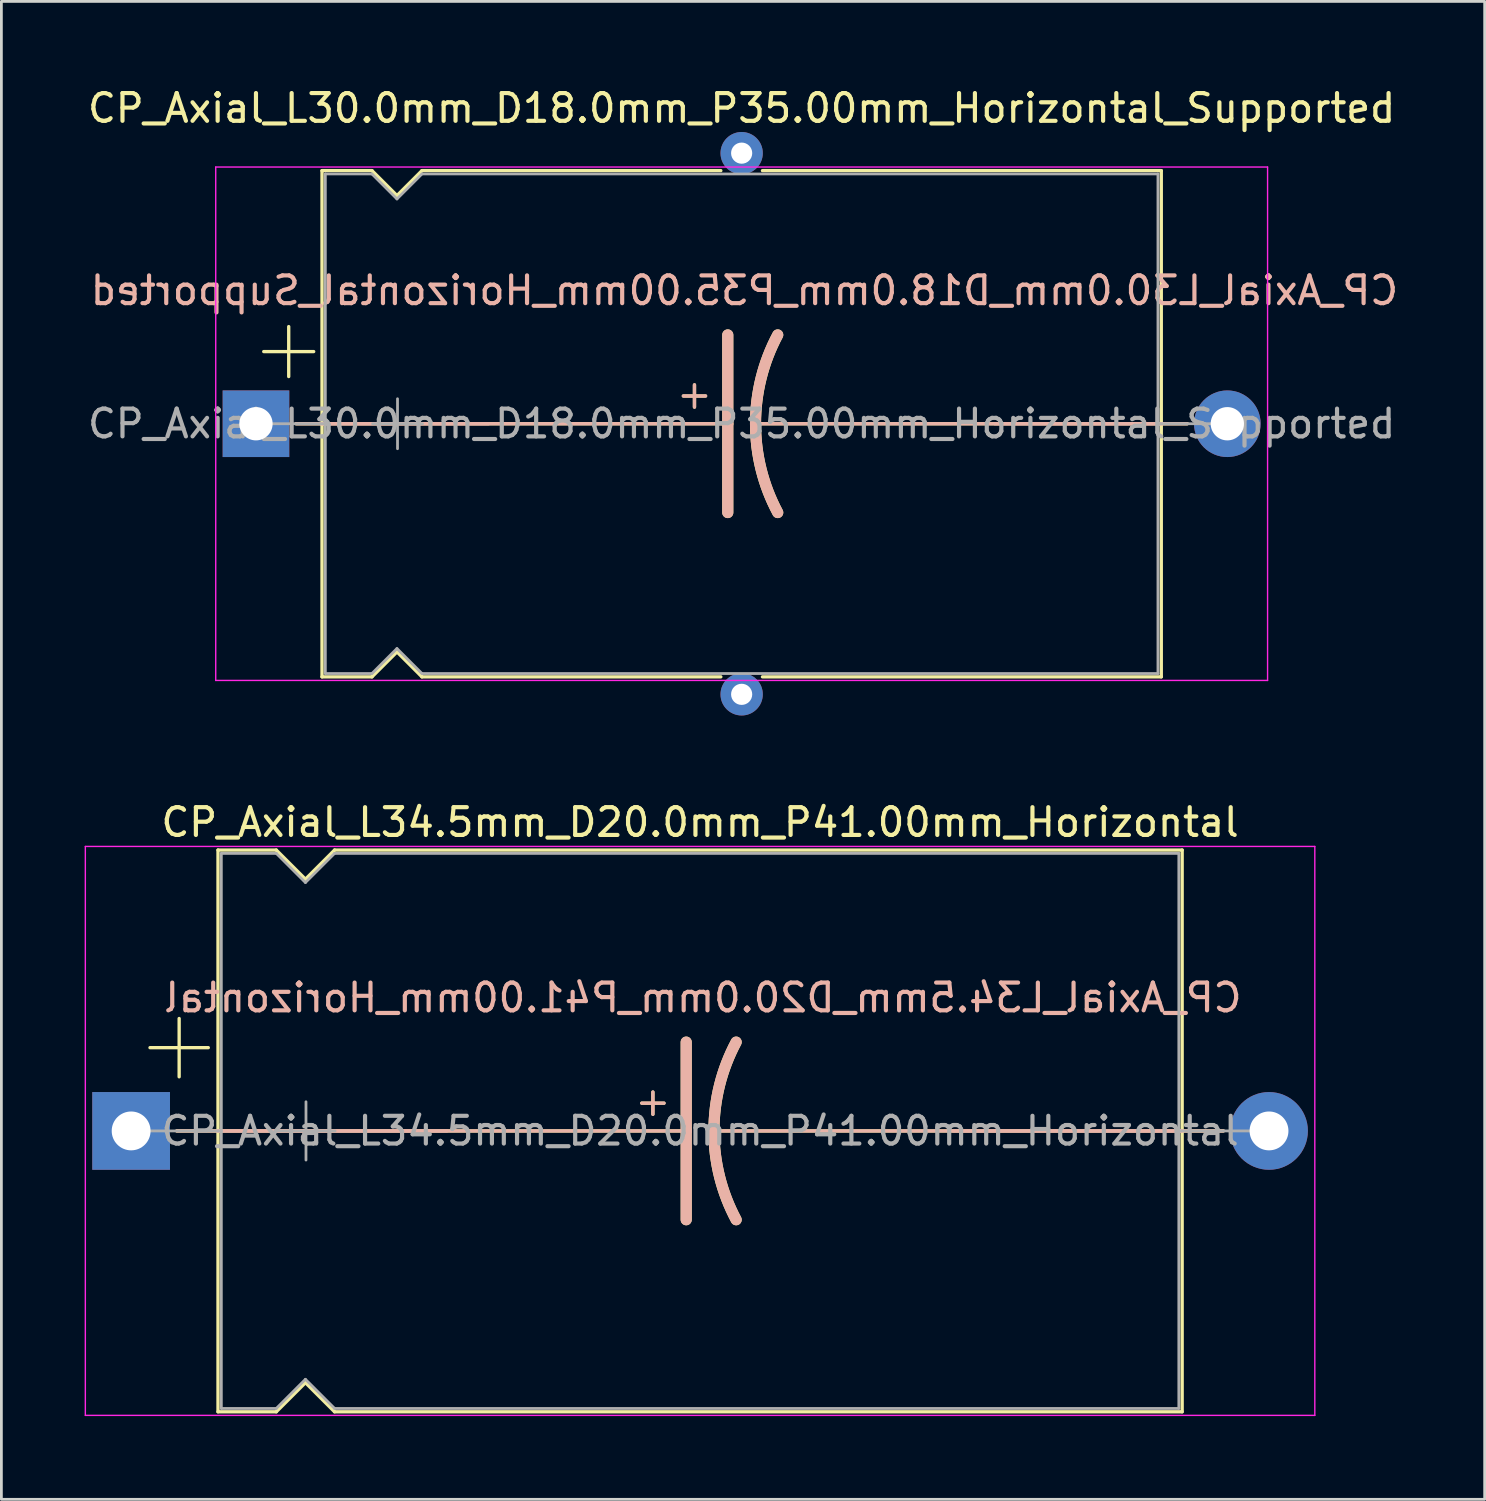
<source format=kicad_pcb>
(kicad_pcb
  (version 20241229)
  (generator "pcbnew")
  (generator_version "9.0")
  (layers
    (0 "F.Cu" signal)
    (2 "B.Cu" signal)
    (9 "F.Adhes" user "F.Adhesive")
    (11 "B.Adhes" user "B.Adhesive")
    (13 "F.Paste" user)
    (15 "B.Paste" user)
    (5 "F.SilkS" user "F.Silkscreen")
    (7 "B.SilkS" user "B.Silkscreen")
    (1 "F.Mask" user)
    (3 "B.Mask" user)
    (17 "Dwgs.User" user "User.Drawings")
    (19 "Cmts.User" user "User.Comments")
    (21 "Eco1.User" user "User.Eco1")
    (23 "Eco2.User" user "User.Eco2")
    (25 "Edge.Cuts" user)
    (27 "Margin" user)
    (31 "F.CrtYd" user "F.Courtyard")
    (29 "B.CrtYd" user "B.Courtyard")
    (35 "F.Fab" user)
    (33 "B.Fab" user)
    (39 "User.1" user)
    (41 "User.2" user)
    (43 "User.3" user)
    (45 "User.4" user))
  (footprint "CP_Axial_L34.5mm_D20.0mm_P41.00mm_Horizontal"
    (layer "F.Cu")
    (at 1.675 37.699)
    (property "Reference" "CP_Axial_L34.5mm_D20.0mm_P41.00mm_Horizontal" (at 20.5 -11.12 0) (layer "F.SilkS") (effects (font (size 1 1) (thickness 0.15))))
    (fp_line (start 0.68 -3) (end 2.78 -3) (stroke (width 0.12) (type solid)) (layer "F.SilkS"))
    (fp_line (start 1.64 0) (end 3.13 0) (stroke (width 0.12) (type solid)) (layer "F.SilkS"))
    (fp_line (start 1.73 -4.05) (end 1.73 -1.95) (stroke (width 0.12) (type solid)) (layer "F.SilkS"))
    (fp_line (start 3.13 -10.12) (end 3.13 10.12) (stroke (width 0.12) (type solid)) (layer "F.SilkS"))
    (fp_line (start 3.13 -10.12) (end 5.23 -10.12) (stroke (width 0.12) (type solid)) (layer "F.SilkS"))
    (fp_line (start 3.13 0) (end 20 0) (stroke (width 0.12) (type solid)) (layer "F.SilkS"))
    (fp_line (start 3.13 10.12) (end 5.23 10.12) (stroke (width 0.12) (type solid)) (layer "F.SilkS"))
    (fp_line (start 5.23 -10.12) (end 6.28 -9.07) (stroke (width 0.12) (type solid)) (layer "F.SilkS"))
    (fp_line (start 5.23 10.12) (end 6.28 9.07) (stroke (width 0.12) (type solid)) (layer "F.SilkS"))
    (fp_line (start 6.28 -9.07) (end 7.33 -10.12) (stroke (width 0.12) (type solid)) (layer "F.SilkS"))
    (fp_line (start 6.28 9.07) (end 7.33 10.12) (stroke (width 0.12) (type solid)) (layer "F.SilkS"))
    (fp_line (start 7.33 -10.12) (end 37.87 -10.12) (stroke (width 0.12) (type solid)) (layer "F.SilkS"))
    (fp_line (start 7.33 10.12) (end 37.87 10.12) (stroke (width 0.12) (type solid)) (layer "F.SilkS"))
    (fp_line (start 18.4 -1) (end 19.2 -1) (stroke (width 0.12) (type solid)) (layer "F.SilkS"))
    (fp_line (start 18.8 -1.4) (end 18.8 -0.6) (stroke (width 0.12) (type solid)) (layer "F.SilkS"))
    (fp_line (start 20 0) (end 20 -3.2) (stroke (width 0.4) (type solid)) (layer "F.SilkS"))
    (fp_line (start 20 0) (end 20 3.2) (stroke (width 0.4) (type solid)) (layer "F.SilkS"))
    (fp_line (start 37.87 -10.12) (end 37.87 10.12) (stroke (width 0.12) (type solid)) (layer "F.SilkS"))
    (fp_line (start 37.87 0) (end 21 0) (stroke (width 0.12) (type solid)) (layer "F.SilkS"))
    (fp_line (start 39.36 0) (end 37.87 0) (stroke (width 0.12) (type solid)) (layer "F.SilkS"))
    (fp_arc (start 21 0) (mid 21.203545 -1.649114) (end 21.8 -3.2) (stroke (width 0.4) (type solid)) (layer "F.SilkS"))
    (fp_arc (start 21.8 3.2) (mid 21.200704 1.649824) (end 21 0) (stroke (width 0.4) (type solid)) (layer "F.SilkS"))
    (fp_line (start 1.65 0) (end 11.38 0) (stroke (width 0.12) (type solid)) (layer "B.SilkS"))
    (fp_line (start 3.13 0) (end 20 0) (stroke (width 0.12) (type solid)) (layer "B.SilkS"))
    (fp_line (start 18.4 -1) (end 19.2 -1) (stroke (width 0.12) (type solid)) (layer "B.SilkS"))
    (fp_line (start 18.8 -0.6) (end 18.8 -1.4) (stroke (width 0.12) (type solid)) (layer "B.SilkS"))
    (fp_line (start 20 0) (end 20 -3.2) (stroke (width 0.4) (type solid)) (layer "B.SilkS"))
    (fp_line (start 20 0) (end 20 3.2) (stroke (width 0.4) (type solid)) (layer "B.SilkS"))
    (fp_line (start 37.87 0) (end 21 0) (stroke (width 0.12) (type solid)) (layer "B.SilkS"))
    (fp_line (start 39.35 0) (end 29.62 0) (stroke (width 0.12) (type solid)) (layer "B.SilkS"))
    (fp_arc (start 21 0) (mid 21.200703 -1.649824) (end 21.8 -3.2) (stroke (width 0.4) (type solid)) (layer "B.SilkS"))
    (fp_arc (start 21.8 3.2) (mid 21.203544 1.649114) (end 21 0) (stroke (width 0.4) (type solid)) (layer "B.SilkS"))
    (fp_line (start -1.65 -10.25) (end -1.65 10.25) (stroke (width 0.05) (type solid)) (layer "F.CrtYd"))
    (fp_line (start -1.65 10.25) (end 42.65 10.25) (stroke (width 0.05) (type solid)) (layer "F.CrtYd"))
    (fp_line (start 42.65 -10.25) (end -1.65 -10.25) (stroke (width 0.05) (type solid)) (layer "F.CrtYd"))
    (fp_line (start 42.65 10.25) (end 42.65 -10.25) (stroke (width 0.05) (type solid)) (layer "F.CrtYd"))
    (fp_line (start 0 0) (end 3.25 0) (stroke (width 0.1) (type solid)) (layer "F.Fab"))
    (fp_line (start 3.25 -10) (end 3.25 10) (stroke (width 0.1) (type solid)) (layer "F.Fab"))
    (fp_line (start 3.25 -10) (end 5.23 -10) (stroke (width 0.1) (type solid)) (layer "F.Fab"))
    (fp_line (start 3.25 10) (end 5.23 10) (stroke (width 0.1) (type solid)) (layer "F.Fab"))
    (fp_line (start 5.23 -10) (end 6.28 -8.95) (stroke (width 0.1) (type solid)) (layer "F.Fab"))
    (fp_line (start 5.23 10) (end 6.28 8.95) (stroke (width 0.1) (type solid)) (layer "F.Fab"))
    (fp_line (start 5.25 0) (end 7.35 0) (stroke (width 0.1) (type solid)) (layer "F.Fab"))
    (fp_line (start 6.28 -8.95) (end 7.33 -10) (stroke (width 0.1) (type solid)) (layer "F.Fab"))
    (fp_line (start 6.28 8.95) (end 7.33 10) (stroke (width 0.1) (type solid)) (layer "F.Fab"))
    (fp_line (start 6.3 -1.05) (end 6.3 1.05) (stroke (width 0.1) (type solid)) (layer "F.Fab"))
    (fp_line (start 7.33 -10) (end 37.75 -10) (stroke (width 0.1) (type solid)) (layer "F.Fab"))
    (fp_line (start 7.33 10) (end 37.75 10) (stroke (width 0.1) (type solid)) (layer "F.Fab"))
    (fp_line (start 37.75 -10) (end 37.75 10) (stroke (width 0.1) (type solid)) (layer "F.Fab"))
    (fp_line (start 41 0) (end 37.75 0) (stroke (width 0.1) (type solid)) (layer "F.Fab"))
    (fp_text user "${REFERENCE}" (at 20.6 -4.8 0) (layer "B.SilkS") (effects (font (size 1 1) (thickness 0.15)) (justify mirror)))
    (fp_text user "${REFERENCE}" (at 20.5 0 0) (layer "F.Fab") (effects (font (size 1 1) (thickness 0.15))))
    (pad "1" thru_hole rect (at 0 0) (size 2.8 2.8) (drill 1.4) (layers "*.Cu" "*.Mask"))
    (pad "2" thru_hole oval (at 41 0) (size 2.8 2.8) (drill 1.4) (layers "*.Cu" "*.Mask")))
  (footprint "CP_Axial_L30.0mm_D18.0mm_P35.00mm_Horizontal_Supported"
    (layer "F.Cu")
    (at 6.173 12.218)
    (property "Reference" "CP_Axial_L30.0mm_D18.0mm_P35.00mm_Horizontal_Supported" (at 17.5 -11.37 0) (layer "F.SilkS") (effects (font (size 1 1) (thickness 0.15))))
    (fp_line (start 0.28 -2.6) (end 2.08 -2.6) (stroke (width 0.12) (type solid)) (layer "F.SilkS"))
    (fp_line (start 1.18 -3.5) (end 1.18 -1.7) (stroke (width 0.12) (type solid)) (layer "F.SilkS"))
    (fp_line (start 1.44 0) (end 2.38 0) (stroke (width 0.12) (type solid)) (layer "F.SilkS"))
    (fp_line (start 2.38 -9.12) (end 2.38 9.12) (stroke (width 0.12) (type solid)) (layer "F.SilkS"))
    (fp_line (start 2.38 -9.12) (end 4.18 -9.12) (stroke (width 0.12) (type solid)) (layer "F.SilkS"))
    (fp_line (start 2.38 0) (end 17 0) (stroke (width 0.12) (type solid)) (layer "F.SilkS"))
    (fp_line (start 2.38 9.12) (end 4.18 9.12) (stroke (width 0.12) (type solid)) (layer "F.SilkS"))
    (fp_line (start 4.18 -9.12) (end 5.08 -8.22) (stroke (width 0.12) (type solid)) (layer "F.SilkS"))
    (fp_line (start 4.18 9.12) (end 5.08 8.22) (stroke (width 0.12) (type solid)) (layer "F.SilkS"))
    (fp_line (start 5.08 -8.22) (end 5.98 -9.12) (stroke (width 0.12) (type solid)) (layer "F.SilkS"))
    (fp_line (start 5.08 8.22) (end 5.98 9.12) (stroke (width 0.12) (type solid)) (layer "F.SilkS"))
    (fp_line (start 5.98 -9.12) (end 16.75 -9.12) (stroke (width 0.12) (type solid)) (layer "F.SilkS"))
    (fp_line (start 5.98 9.12) (end 16.75 9.12) (stroke (width 0.12) (type solid)) (layer "F.SilkS"))
    (fp_line (start 15.4 -1) (end 16.2 -1) (stroke (width 0.12) (type solid)) (layer "F.SilkS"))
    (fp_line (start 15.8 -1.4) (end 15.8 -0.6) (stroke (width 0.12) (type solid)) (layer "F.SilkS"))
    (fp_line (start 17 0) (end 17 -3.2) (stroke (width 0.4) (type solid)) (layer "F.SilkS"))
    (fp_line (start 17 0) (end 17 3.2) (stroke (width 0.4) (type solid)) (layer "F.SilkS"))
    (fp_line (start 18.25 -9.12) (end 32.62 -9.12) (stroke (width 0.12) (type solid)) (layer "F.SilkS"))
    (fp_line (start 18.25 9.12) (end 32.62 9.12) (stroke (width 0.12) (type solid)) (layer "F.SilkS"))
    (fp_line (start 32.62 -9.12) (end 32.62 9.12) (stroke (width 0.12) (type solid)) (layer "F.SilkS"))
    (fp_line (start 32.62 0) (end 18 0) (stroke (width 0.12) (type solid)) (layer "F.SilkS"))
    (fp_line (start 33.56 0) (end 32.62 0) (stroke (width 0.12) (type solid)) (layer "F.SilkS"))
    (fp_arc (start 18 0) (mid 18.203545 -1.649114) (end 18.8 -3.2) (stroke (width 0.4) (type solid)) (layer "F.SilkS"))
    (fp_arc (start 18.8 3.2) (mid 18.200704 1.649824) (end 18 0) (stroke (width 0.4) (type solid)) (layer "F.SilkS"))
    (fp_line (start 1.45 0) (end 8.38 0) (stroke (width 0.12) (type solid)) (layer "B.SilkS"))
    (fp_line (start 2.38 0) (end 17 0) (stroke (width 0.12) (type solid)) (layer "B.SilkS"))
    (fp_line (start 15.4 -1) (end 16.2 -1) (stroke (width 0.12) (type solid)) (layer "B.SilkS"))
    (fp_line (start 15.8 -0.6) (end 15.8 -1.4) (stroke (width 0.12) (type solid)) (layer "B.SilkS"))
    (fp_line (start 17 0) (end 17 -3.2) (stroke (width 0.4) (type solid)) (layer "B.SilkS"))
    (fp_line (start 17 0) (end 17 3.2) (stroke (width 0.4) (type solid)) (layer "B.SilkS"))
    (fp_line (start 32.62 0) (end 18 0) (stroke (width 0.12) (type solid)) (layer "B.SilkS"))
    (fp_line (start 33.55 0) (end 26.62 0) (stroke (width 0.12) (type solid)) (layer "B.SilkS"))
    (fp_arc (start 18 0) (mid 18.200703 -1.649824) (end 18.8 -3.2) (stroke (width 0.4) (type solid)) (layer "B.SilkS"))
    (fp_arc (start 18.8 3.2) (mid 18.203544 1.649114) (end 18 0) (stroke (width 0.4) (type solid)) (layer "B.SilkS"))
    (fp_line (start -1.45 -9.25) (end -1.45 9.25) (stroke (width 0.05) (type solid)) (layer "F.CrtYd"))
    (fp_line (start -1.45 9.25) (end 36.45 9.25) (stroke (width 0.05) (type solid)) (layer "F.CrtYd"))
    (fp_line (start 36.45 -9.25) (end -1.45 -9.25) (stroke (width 0.05) (type solid)) (layer "F.CrtYd"))
    (fp_line (start 36.45 9.25) (end 36.45 -9.25) (stroke (width 0.05) (type solid)) (layer "F.CrtYd"))
    (fp_line (start 0 0) (end 2.5 0) (stroke (width 0.1) (type solid)) (layer "F.Fab"))
    (fp_line (start 2.5 -9) (end 2.5 9) (stroke (width 0.1) (type solid)) (layer "F.Fab"))
    (fp_line (start 2.5 -9) (end 4.18 -9) (stroke (width 0.1) (type solid)) (layer "F.Fab"))
    (fp_line (start 2.5 9) (end 4.18 9) (stroke (width 0.1) (type solid)) (layer "F.Fab"))
    (fp_line (start 4.18 -9) (end 5.08 -8.1) (stroke (width 0.1) (type solid)) (layer "F.Fab"))
    (fp_line (start 4.18 9) (end 5.08 8.1) (stroke (width 0.1) (type solid)) (layer "F.Fab"))
    (fp_line (start 4.2 0) (end 6 0) (stroke (width 0.1) (type solid)) (layer "F.Fab"))
    (fp_line (start 5.08 -8.1) (end 5.98 -9) (stroke (width 0.1) (type solid)) (layer "F.Fab"))
    (fp_line (start 5.08 8.1) (end 5.98 9) (stroke (width 0.1) (type solid)) (layer "F.Fab"))
    (fp_line (start 5.1 -0.9) (end 5.1 0.9) (stroke (width 0.1) (type solid)) (layer "F.Fab"))
    (fp_line (start 5.98 -9) (end 32.5 -9) (stroke (width 0.1) (type solid)) (layer "F.Fab"))
    (fp_line (start 5.98 9) (end 32.5 9) (stroke (width 0.1) (type solid)) (layer "F.Fab"))
    (fp_line (start 32.5 -9) (end 32.5 9) (stroke (width 0.1) (type solid)) (layer "F.Fab"))
    (fp_line (start 35 0) (end 32.5 0) (stroke (width 0.1) (type solid)) (layer "F.Fab"))
    (fp_text user "${REFERENCE}" (at 17.6 -4.8 0) (layer "B.SilkS") (effects (font (size 1 1) (thickness 0.15)) (justify mirror)))
    (fp_text user "${REFERENCE}" (at 17.5 0 0) (layer "F.Fab") (effects (font (size 1 1) (thickness 0.15))))
    (pad "" thru_hole circle (at 17.5 -9.75) (size 1.524 1.524) (drill 0.762) (layers "*.Cu" "*.Mask"))
    (pad "" thru_hole circle (at 17.5 9.75) (size 1.524 1.524) (drill 0.762) (layers "*.Cu" "*.Mask"))
    (pad "1" thru_hole rect (at 0 0) (size 2.4 2.4) (drill 1.2) (layers "*.Cu" "*.Mask"))
    (pad "2" thru_hole oval (at 35 0) (size 2.4 2.4) (drill 1.2) (layers "*.Cu" "*.Mask")))
  (gr_rect
    (start -3 -3)
    (end 50.445 50.974)
    (stroke (width 0.1) (type default))
    (fill no)
    (layer "Edge.Cuts")))
</source>
